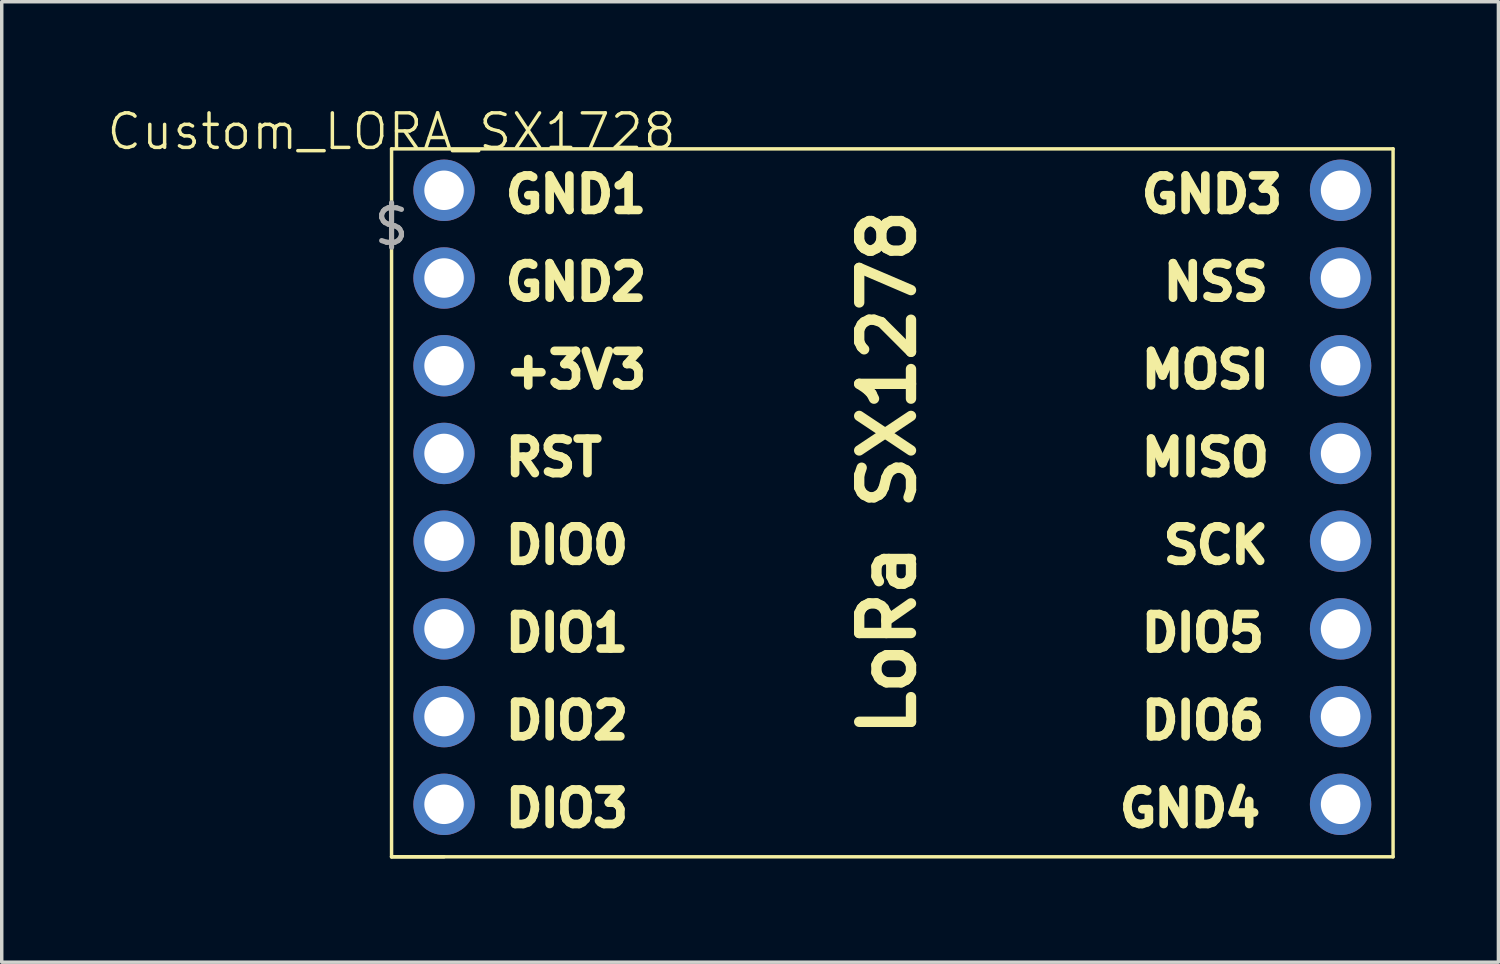
<source format=kicad_pcb>
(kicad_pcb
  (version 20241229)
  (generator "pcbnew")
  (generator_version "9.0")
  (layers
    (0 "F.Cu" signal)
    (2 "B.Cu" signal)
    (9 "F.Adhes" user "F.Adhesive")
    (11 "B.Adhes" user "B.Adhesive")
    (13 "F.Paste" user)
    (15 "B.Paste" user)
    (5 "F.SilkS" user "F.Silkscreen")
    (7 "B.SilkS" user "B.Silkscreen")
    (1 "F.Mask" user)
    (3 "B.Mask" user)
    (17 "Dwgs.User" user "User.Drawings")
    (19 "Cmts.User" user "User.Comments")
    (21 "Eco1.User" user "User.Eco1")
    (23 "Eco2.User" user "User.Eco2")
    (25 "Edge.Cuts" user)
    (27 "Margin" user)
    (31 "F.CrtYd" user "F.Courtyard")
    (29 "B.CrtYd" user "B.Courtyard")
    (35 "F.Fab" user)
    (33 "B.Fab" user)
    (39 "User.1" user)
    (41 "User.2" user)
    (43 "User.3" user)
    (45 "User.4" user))
  (footprint "Custom_LORA_SX1728"
    (layer "F.Cu")
    (at 8.288 1.26)
    (property "Reference" "Custom_LORA_SX1728" (at 0 -0.5 0) (unlocked yes) (layer "F.SilkS") (effects (font (size 1 1) (thickness 0.1))))
    (attr through_hole)
    (fp_line (start 0 0) (end 29 0) (stroke (width 0.1) (type default)) (layer "F.SilkS"))
    (fp_line (start 0 20.5) (end 0 0) (stroke (width 0.1) (type default)) (layer "F.SilkS"))
    (fp_line (start 0 20.5) (end 1.52 20.5) (stroke (width 0.1) (type default)) (layer "F.SilkS"))
    (fp_line (start 29 0) (end 29 20.5) (stroke (width 0.1) (type default)) (layer "F.SilkS"))
    (fp_line (start 29 20.5) (end 0 20.5) (stroke (width 0.1) (type default)) (layer "F.SilkS"))
    (fp_text user "GND1" (at 3.175 1.905 0) (unlocked yes) (layer "F.SilkS") (effects (font (size 1 1) (thickness 0.25) (bold yes)) (justify left bottom)))
    (fp_text user "GND4" (at 20.955 19.685 0) (unlocked yes) (layer "F.SilkS") (effects (font (size 1 1) (thickness 0.25) (bold yes)) (justify left bottom)))
    (fp_text user "DIO0" (at 3.175 12.065 0) (unlocked yes) (layer "F.SilkS") (effects (font (size 1 1) (thickness 0.25) (bold yes)) (justify left bottom)))
    (fp_text user "LoRa SX1278" (at 15.24 17.145 90) (unlocked yes) (layer "F.SilkS") (effects (font (size 1.5 1.5) (thickness 0.3) (bold yes)) (justify left bottom)))
    (fp_text user "NSS" (at 22.225 4.445 0) (unlocked yes) (layer "F.SilkS") (effects (font (size 1 1) (thickness 0.25) (bold yes)) (justify left bottom)))
    (fp_text user "DIO1" (at 3.175 14.605 0) (unlocked yes) (layer "F.SilkS") (effects (font (size 1 1) (thickness 0.25) (bold yes)) (justify left bottom)))
    (fp_text user "GND3" (at 21.59 1.905 0) (unlocked yes) (layer "F.SilkS") (effects (font (size 1 1) (thickness 0.25) (bold yes)) (justify left bottom)))
    (fp_text user "GND2" (at 3.175 4.445 0) (unlocked yes) (layer "F.SilkS") (effects (font (size 1 1) (thickness 0.25) (bold yes)) (justify left bottom)))
    (fp_text user "MOSI" (at 21.59 6.985 0) (unlocked yes) (layer "F.SilkS") (effects (font (size 1 1) (thickness 0.25) (bold yes)) (justify left bottom)))
    (fp_text user "DIO6" (at 21.59 17.145 0) (unlocked yes) (layer "F.SilkS") (effects (font (size 1 1) (thickness 0.25) (bold yes)) (justify left bottom)))
    (fp_text user "DIO3" (at 3.175 19.685 0) (unlocked yes) (layer "F.SilkS") (effects (font (size 1 1) (thickness 0.25) (bold yes)) (justify left bottom)))
    (fp_text user "MISO" (at 21.59 9.525 0) (unlocked yes) (layer "F.SilkS") (effects (font (size 1 1) (thickness 0.25) (bold yes)) (justify left bottom)))
    (fp_text user "SCK" (at 22.225 12.065 0) (unlocked yes) (layer "F.SilkS") (effects (font (size 1 1) (thickness 0.25) (bold yes)) (justify left bottom)))
    (fp_text user "+3V3" (at 3.175 6.985 0) (unlocked yes) (layer "F.SilkS") (effects (font (size 1 1) (thickness 0.25) (bold yes)) (justify left bottom)))
    (fp_text user "DIO5" (at 21.59 14.605 0) (unlocked yes) (layer "F.SilkS") (effects (font (size 1 1) (thickness 0.25) (bold yes)) (justify left bottom)))
    (fp_text user "DIO2" (at 3.175 17.145 0) (unlocked yes) (layer "F.SilkS") (effects (font (size 1 1) (thickness 0.25) (bold yes)) (justify left bottom)))
    (fp_text user "RST" (at 3.175 9.525 0) (unlocked yes) (layer "F.SilkS") (effects (font (size 1 1) (thickness 0.25) (bold yes)) (justify left bottom)))
    (fp_text user "$" (at 0 2.25 0) (unlocked yes) (layer "F.Fab") (effects (font (size 1 1) (thickness 0.15))))
    (pad "1" thru_hole circle (at 27.48 18.98) (size 1.778 1.778) (drill 1.143) (layers "*.Cu" "*.Mask"))
    (pad "2" thru_hole circle (at 27.48 16.44) (size 1.778 1.778) (drill 1.143) (layers "*.Cu" "*.Mask"))
    (pad "3" thru_hole circle (at 27.48 13.9) (size 1.778 1.778) (drill 1.143) (layers "*.Cu" "*.Mask"))
    (pad "4" thru_hole circle (at 27.48 11.36) (size 1.778 1.778) (drill 1.143) (layers "*.Cu" "*.Mask"))
    (pad "5" thru_hole circle (at 27.48 8.82) (size 1.778 1.778) (drill 1.143) (layers "*.Cu" "*.Mask"))
    (pad "6" thru_hole circle (at 27.48 6.28) (size 1.778 1.778) (drill 1.143) (layers "*.Cu" "*.Mask"))
    (pad "7" thru_hole circle (at 27.48 3.74) (size 1.778 1.778) (drill 1.143) (layers "*.Cu" "*.Mask"))
    (pad "8" thru_hole circle (at 27.48 1.2) (size 1.778 1.778) (drill 1.143) (layers "*.Cu" "*.Mask"))
    (pad "9" thru_hole circle (at 1.52 18.98) (size 1.778 1.778) (drill 1.143) (layers "*.Cu" "*.Mask"))
    (pad "10" thru_hole circle (at 1.52 16.44) (size 1.778 1.778) (drill 1.143) (layers "*.Cu" "*.Mask"))
    (pad "11" thru_hole circle (at 1.52 13.9) (size 1.778 1.778) (drill 1.143) (layers "*.Cu" "*.Mask"))
    (pad "12" thru_hole circle (at 1.52 11.36) (size 1.778 1.778) (drill 1.143) (layers "*.Cu" "*.Mask"))
    (pad "13" thru_hole circle (at 1.52 8.82) (size 1.778 1.778) (drill 1.143) (layers "*.Cu" "*.Mask"))
    (pad "14" thru_hole circle (at 1.52 6.28) (size 1.778 1.778) (drill 1.143) (layers "*.Cu" "*.Mask"))
    (pad "15" thru_hole circle (at 1.52 3.74) (size 1.778 1.778) (drill 1.143) (layers "*.Cu" "*.Mask"))
    (pad "16" thru_hole circle (at 1.52 1.2) (size 1.778 1.778) (drill 1.143) (layers "*.Cu" "*.Mask")))
  (gr_rect
    (start -3 -3)
    (end 40.338 24.811)
    (stroke (width 0.1) (type default))
    (fill no)
    (layer "Edge.Cuts")))
</source>
